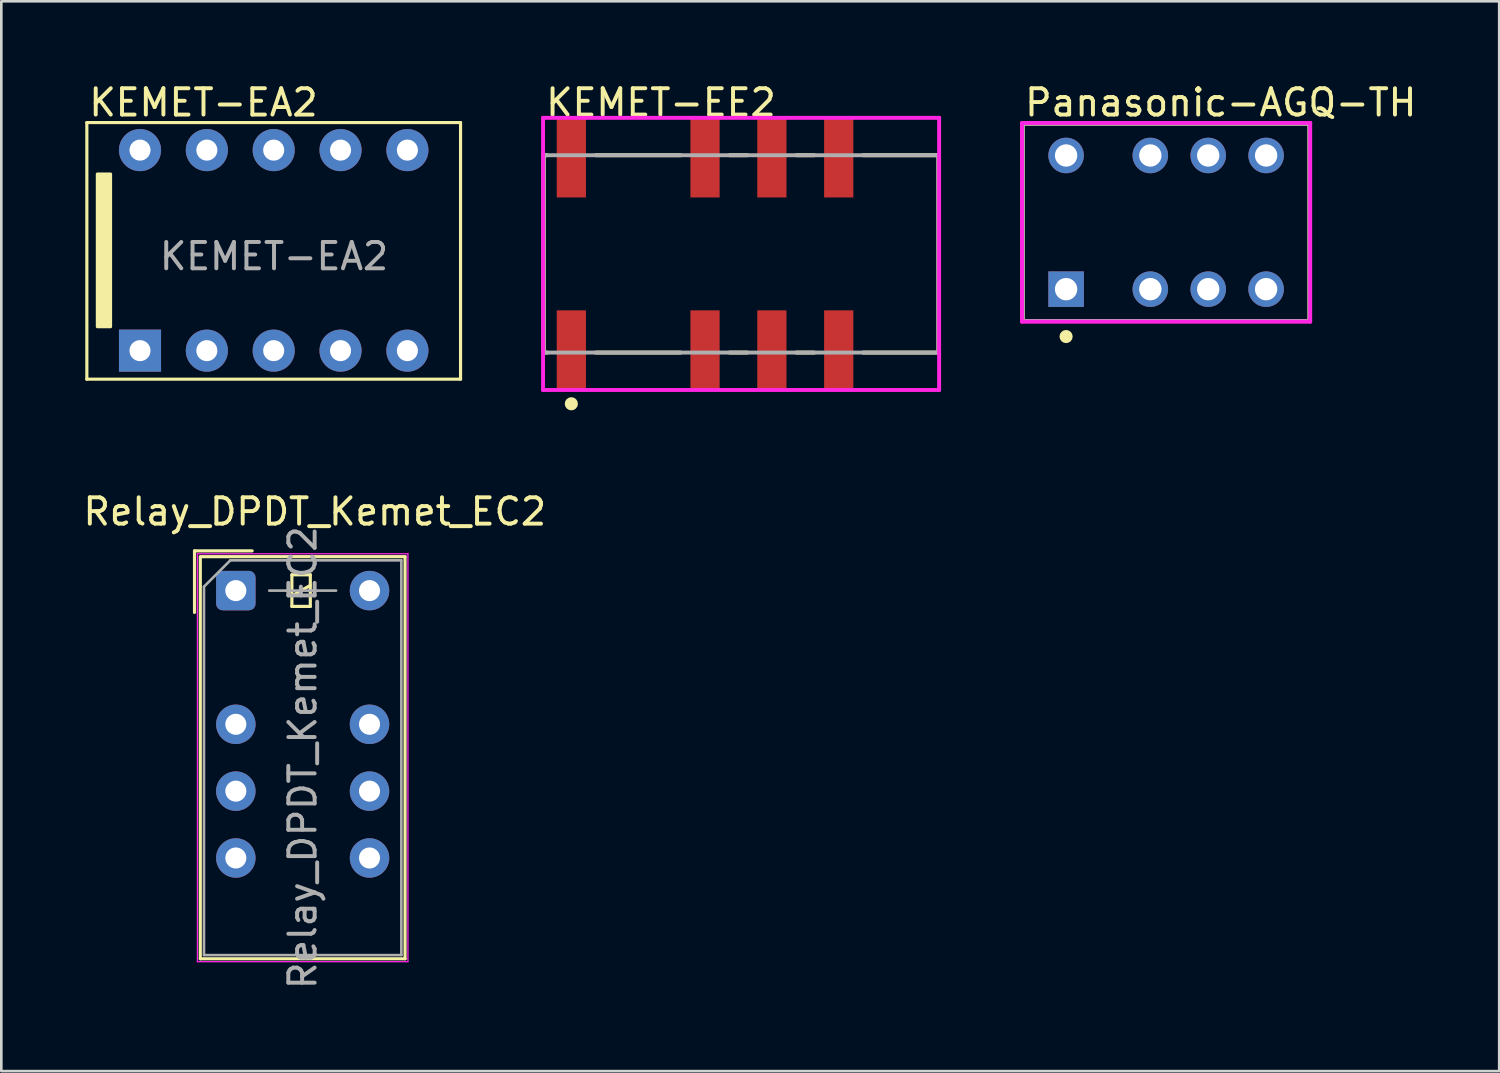
<source format=kicad_pcb>
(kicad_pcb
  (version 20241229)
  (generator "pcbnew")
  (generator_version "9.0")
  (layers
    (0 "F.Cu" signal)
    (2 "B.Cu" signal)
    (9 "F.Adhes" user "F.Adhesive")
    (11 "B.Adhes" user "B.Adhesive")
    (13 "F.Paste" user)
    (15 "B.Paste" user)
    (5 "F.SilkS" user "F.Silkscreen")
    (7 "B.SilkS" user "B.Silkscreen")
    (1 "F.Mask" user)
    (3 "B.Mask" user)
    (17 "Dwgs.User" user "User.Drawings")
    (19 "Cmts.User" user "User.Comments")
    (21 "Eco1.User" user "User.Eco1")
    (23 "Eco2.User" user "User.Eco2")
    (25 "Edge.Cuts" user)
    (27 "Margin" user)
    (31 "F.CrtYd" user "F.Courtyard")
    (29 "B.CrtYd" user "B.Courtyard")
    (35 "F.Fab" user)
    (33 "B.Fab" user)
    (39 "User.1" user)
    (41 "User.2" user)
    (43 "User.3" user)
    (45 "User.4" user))
  (footprint "Panasonic-AGQ-TH"
    (layer "F.Cu")
    (at 41.26 5.398)
    (property "Reference" "Panasonic-AGQ-TH" (at -5.45 -4.55 0) (layer "F.SilkS") (effects (font (size 1 1) (thickness 0.15)) (justify left)))
    (attr through_hole)
    (fp_line (start -5.45 -3.75) (end 5.45 -3.75) (stroke (width 0.15) (type solid)) (layer "F.SilkS"))
    (fp_line (start -5.45 3.75) (end -5.45 -3.75) (stroke (width 0.15) (type solid)) (layer "F.SilkS"))
    (fp_line (start -5.45 3.75) (end 5.45 3.75) (stroke (width 0.15) (type solid)) (layer "F.SilkS"))
    (fp_line (start 5.45 3.75) (end 5.45 -3.75) (stroke (width 0.15) (type solid)) (layer "F.SilkS"))
    (fp_circle (center -3.8 4.34) (end -3.675 4.34) (stroke (width 0.25) (type solid)) (fill no) (layer "F.SilkS"))
    (fp_line (start -5.475 -3.775) (end -5.475 3.775) (stroke (width 0.15) (type solid)) (layer "F.CrtYd"))
    (fp_line (start -5.475 3.775) (end 5.475 3.775) (stroke (width 0.15) (type solid)) (layer "F.CrtYd"))
    (fp_line (start 5.475 -3.775) (end -5.475 -3.775) (stroke (width 0.15) (type solid)) (layer "F.CrtYd"))
    (fp_line (start 5.475 -3.775) (end 5.475 -3.775) (stroke (width 0.15) (type solid)) (layer "F.CrtYd"))
    (fp_line (start 5.475 3.775) (end 5.475 -3.775) (stroke (width 0.15) (type solid)) (layer "F.CrtYd"))
    (fp_line (start -5.45 -3.75) (end 5.45 -3.75) (stroke (width 0.15) (type solid)) (layer "F.Fab"))
    (fp_line (start -5.45 3.75) (end -5.45 -3.75) (stroke (width 0.15) (type solid)) (layer "F.Fab"))
    (fp_line (start 5.45 -3.75) (end 5.45 3.75) (stroke (width 0.15) (type solid)) (layer "F.Fab"))
    (fp_line (start 5.45 3.75) (end -5.45 3.75) (stroke (width 0.15) (type solid)) (layer "F.Fab"))
    (pad "1" thru_hole rect (at -3.8 2.54) (size 1.35 1.35) (drill 0.85) (layers "*.Cu" "*.Mask"))
    (pad "2" thru_hole circle (at -0.6 2.54) (size 1.35 1.35) (drill 0.85) (layers "*.Cu" "*.Mask"))
    (pad "3" thru_hole circle (at 1.6 2.54) (size 1.35 1.35) (drill 0.85) (layers "*.Cu" "*.Mask"))
    (pad "4" thru_hole circle (at 3.8 2.54) (size 1.35 1.35) (drill 0.85) (layers "*.Cu" "*.Mask"))
    (pad "5" thru_hole circle (at 3.8 -2.54) (size 1.35 1.35) (drill 0.85) (layers "*.Cu" "*.Mask"))
    (pad "6" thru_hole circle (at 1.6 -2.54) (size 1.35 1.35) (drill 0.85) (layers "*.Cu" "*.Mask"))
    (pad "7" thru_hole circle (at -0.6 -2.54) (size 1.35 1.35) (drill 0.85) (layers "*.Cu" "*.Mask"))
    (pad "8" thru_hole circle (at -3.8 -2.54) (size 1.35 1.35) (drill 0.85) (layers "*.Cu" "*.Mask")))
  (footprint "KEMET-EE2"
    (layer "F.Cu")
    (at 25.11 6.598)
    (property "Reference" "KEMET-EE2" (at -7.5 -5.75 0) (layer "F.SilkS") (effects (font (size 1 1) (thickness 0.15)) (justify left)))
    (attr through_hole)
    (fp_line (start -7.5 -3.75) (end -7.38 -3.75) (stroke (width 0.15) (type solid)) (layer "F.SilkS"))
    (fp_line (start -7.5 3.75) (end -7.5 -3.75) (stroke (width 0.15) (type solid)) (layer "F.SilkS"))
    (fp_line (start -7.5 3.75) (end -7.38 3.75) (stroke (width 0.15) (type solid)) (layer "F.SilkS"))
    (fp_line (start -5.52 -3.75) (end -2.3 -3.75) (stroke (width 0.15) (type solid)) (layer "F.SilkS"))
    (fp_line (start -5.52 3.75) (end -2.3 3.75) (stroke (width 0.15) (type solid)) (layer "F.SilkS"))
    (fp_line (start -0.44 -3.75) (end 0.24 -3.75) (stroke (width 0.15) (type solid)) (layer "F.SilkS"))
    (fp_line (start -0.44 3.75) (end 0.24 3.75) (stroke (width 0.15) (type solid)) (layer "F.SilkS"))
    (fp_line (start 2.1 -3.75) (end 2.78 -3.75) (stroke (width 0.15) (type solid)) (layer "F.SilkS"))
    (fp_line (start 2.1 3.75) (end 2.78 3.75) (stroke (width 0.15) (type solid)) (layer "F.SilkS"))
    (fp_line (start 4.64 -3.75) (end 7.5 -3.75) (stroke (width 0.15) (type solid)) (layer "F.SilkS"))
    (fp_line (start 4.64 3.75) (end 7.5 3.75) (stroke (width 0.15) (type solid)) (layer "F.SilkS"))
    (fp_line (start 7.5 3.75) (end 7.5 -3.75) (stroke (width 0.15) (type solid)) (layer "F.SilkS"))
    (fp_circle (center -6.45 5.695) (end -6.325 5.695) (stroke (width 0.25) (type solid)) (fill no) (layer "F.SilkS"))
    (fp_line (start -7.525 -5.17) (end -7.525 5.17) (stroke (width 0.15) (type solid)) (layer "F.CrtYd"))
    (fp_line (start -7.525 5.17) (end 7.525 5.17) (stroke (width 0.15) (type solid)) (layer "F.CrtYd"))
    (fp_line (start 7.525 -5.17) (end -7.525 -5.17) (stroke (width 0.15) (type solid)) (layer "F.CrtYd"))
    (fp_line (start 7.525 -5.17) (end 7.525 -5.17) (stroke (width 0.15) (type solid)) (layer "F.CrtYd"))
    (fp_line (start 7.525 5.17) (end 7.525 -5.17) (stroke (width 0.15) (type solid)) (layer "F.CrtYd"))
    (fp_line (start -7.5 -3.75) (end 7.5 -3.75) (stroke (width 0.15) (type solid)) (layer "F.Fab"))
    (fp_line (start -7.5 3.75) (end -7.5 -3.75) (stroke (width 0.15) (type solid)) (layer "F.Fab"))
    (fp_line (start 7.5 -3.75) (end 7.5 3.75) (stroke (width 0.15) (type solid)) (layer "F.Fab"))
    (fp_line (start 7.5 3.75) (end -7.5 3.75) (stroke (width 0.15) (type solid)) (layer "F.Fab"))
    (pad "1" smd rect (at -6.45 3.645) (size 1.11 3) (layers "F.Cu" "F.Mask" "F.Paste"))
    (pad "3" smd rect (at -1.37 3.645) (size 1.11 3) (layers "F.Cu" "F.Mask" "F.Paste"))
    (pad "4" smd rect (at 1.17 3.645) (size 1.11 3) (layers "F.Cu" "F.Mask" "F.Paste"))
    (pad "5" smd rect (at 3.71 3.645) (size 1.11 3) (layers "F.Cu" "F.Mask" "F.Paste"))
    (pad "8" smd rect (at 3.71 -3.645) (size 1.11 3) (layers "F.Cu" "F.Mask" "F.Paste"))
    (pad "9" smd rect (at 1.17 -3.645) (size 1.11 3) (layers "F.Cu" "F.Mask" "F.Paste"))
    (pad "10" smd rect (at -1.37 -3.645) (size 1.11 3) (layers "F.Cu" "F.Mask" "F.Paste"))
    (pad "12" smd rect (at -6.45 -3.645) (size 1.11 3) (layers "F.Cu" "F.Mask" "F.Paste")))
  (footprint "Relay_DPDT_Kemet_EC2"
    (layer "F.Cu")
    (at 5.911 19.392)
    (property "Reference" "Relay_DPDT_Kemet_EC2" (at 3 -3 180) (layer "F.SilkS") (effects (font (size 1 1) (thickness 0.15))))
    (attr through_hole)
    (fp_line (start -1.57 -1.51) (end 0.62 -1.51) (stroke (width 0.12) (type solid)) (layer "F.SilkS"))
    (fp_line (start -1.57 0.83) (end -1.57 -1.51) (stroke (width 0.12) (type solid)) (layer "F.SilkS"))
    (fp_line (start -1.35 -1.27) (end -1.35 13.99) (stroke (width 0.12) (type solid)) (layer "F.SilkS"))
    (fp_line (start 2.13 -0.6) (end 2.13 0.6) (stroke (width 0.12) (type solid)) (layer "F.SilkS"))
    (fp_line (start 2.13 0.2) (end 2.83 -0.2) (stroke (width 0.12) (type solid)) (layer "F.SilkS"))
    (fp_line (start 2.13 0.6) (end 2.83 0.6) (stroke (width 0.12) (type solid)) (layer "F.SilkS"))
    (fp_line (start 2.83 -0.6) (end 2.13 -0.6) (stroke (width 0.12) (type solid)) (layer "F.SilkS"))
    (fp_line (start 2.83 0.6) (end 2.83 -0.6) (stroke (width 0.12) (type solid)) (layer "F.SilkS"))
    (fp_line (start 6.43 -1.29) (end -1.35 -1.29) (stroke (width 0.12) (type solid)) (layer "F.SilkS"))
    (fp_line (start 6.43 -1.29) (end 6.43 13.99) (stroke (width 0.12) (type solid)) (layer "F.SilkS"))
    (fp_line (start 6.43 13.99) (end -1.35 13.99) (stroke (width 0.12) (type solid)) (layer "F.SilkS"))
    (fp_line (start -1.46 -1.4) (end -1.46 14.1) (stroke (width 0.05) (type solid)) (layer "F.CrtYd"))
    (fp_line (start -1.46 14.1) (end 6.54 14.1) (stroke (width 0.05) (type solid)) (layer "F.CrtYd"))
    (fp_line (start 6.54 -1.4) (end -1.46 -1.4) (stroke (width 0.05) (type solid)) (layer "F.CrtYd"))
    (fp_line (start 6.54 -1.4) (end 6.54 14.1) (stroke (width 0.05) (type solid)) (layer "F.CrtYd"))
    (fp_line (start -1.21 -0.15) (end -1.21 13.85) (stroke (width 0.1) (type solid)) (layer "F.Fab"))
    (fp_line (start -1.21 -0.15) (end -0.21 -1.15) (stroke (width 0.1) (type solid)) (layer "F.Fab"))
    (fp_line (start 1.27 0) (end 3.81 0) (stroke (width 0.1) (type solid)) (layer "F.Fab"))
    (fp_line (start 6.29 -1.15) (end -0.21 -1.15) (stroke (width 0.1) (type solid)) (layer "F.Fab"))
    (fp_line (start 6.29 -1.15) (end 6.29 13.85) (stroke (width 0.1) (type solid)) (layer "F.Fab"))
    (fp_line (start 6.29 13.85) (end -1.21 13.85) (stroke (width 0.1) (type solid)) (layer "F.Fab"))
    (fp_text user "${REFERENCE}" (at 2.54 6.35 90) (layer "F.Fab") (effects (font (size 1 1) (thickness 0.15))))
    (pad "1" thru_hole roundrect (at 0 0) (size 1.5 1.5) (drill 0.8) (layers "*.Cu" "*.Mask") (roundrect_rratio 0.167))
    (pad "3" thru_hole circle (at 0 5.08) (size 1.5 1.5) (drill 0.8) (layers "*.Cu" "*.Mask"))
    (pad "4" thru_hole circle (at 0 7.62) (size 1.5 1.5) (drill 0.8) (layers "*.Cu" "*.Mask"))
    (pad "5" thru_hole circle (at 0 10.16) (size 1.5 1.5) (drill 0.8) (layers "*.Cu" "*.Mask"))
    (pad "8" thru_hole circle (at 5.08 10.16) (size 1.5 1.5) (drill 0.8) (layers "*.Cu" "*.Mask"))
    (pad "9" thru_hole circle (at 5.08 7.62) (size 1.5 1.5) (drill 0.8) (layers "*.Cu" "*.Mask"))
    (pad "10" thru_hole circle (at 5.08 5.08) (size 1.5 1.5) (drill 0.8) (layers "*.Cu" "*.Mask"))
    (pad "12" thru_hole circle (at 5.08 0) (size 1.5 1.5) (drill 0.8) (layers "*.Cu" "*.Mask")))
  (footprint "KEMET-EA2"
    (layer "F.Cu")
    (at 0.25 11.008)
    (property "Reference" "KEMET-EA2" (at 0 -10.16 0) (unlocked yes) (layer "F.SilkS") (effects (font (size 1 1) (thickness 0.15)) (justify left)))
    (attr through_hole)
    (fp_line (start 0 -9.4) (end 0 0.35) (stroke (width 0.12) (type solid)) (layer "F.SilkS"))
    (fp_line (start 0 -9.4) (end 14.2 -9.4) (stroke (width 0.12) (type solid)) (layer "F.SilkS"))
    (fp_line (start 0 0.35) (end 14.2 0.35) (stroke (width 0.12) (type solid)) (layer "F.SilkS"))
    (fp_line (start 14.2 -9.4) (end 14.2 0.35) (stroke (width 0.12) (type solid)) (layer "F.SilkS"))
    (fp_rect (start 0.4 -7.444) (end 0.9 -1.644) (stroke (width 0.12) (type solid)) (fill yes) (layer "F.SilkS"))
    (fp_text user "${REFERENCE}" (at 7.112 -4.318 0) (unlocked yes) (layer "F.Fab") (effects (font (size 1 1) (thickness 0.15))))
    (pad "1" thru_hole rect (at 2.02 -0.734) (size 1.6 1.6) (drill 0.8) (layers "*.Cu" "*.Mask"))
    (pad "2" thru_hole circle (at 4.56 -0.734) (size 1.6 1.6) (drill 0.8) (layers "*.Cu" "*.Mask"))
    (pad "3" thru_hole circle (at 7.1 -0.734) (size 1.6 1.6) (drill 0.8) (layers "*.Cu" "*.Mask"))
    (pad "4" thru_hole circle (at 9.64 -0.734) (size 1.6 1.6) (drill 0.8) (layers "*.Cu" "*.Mask"))
    (pad "5" thru_hole circle (at 12.18 -0.734) (size 1.6 1.6) (drill 0.8) (layers "*.Cu" "*.Mask"))
    (pad "6" thru_hole circle (at 12.18 -8.354) (size 1.6 1.6) (drill 0.8) (layers "*.Cu" "*.Mask"))
    (pad "7" thru_hole circle (at 9.64 -8.354) (size 1.6 1.6) (drill 0.8) (layers "*.Cu" "*.Mask"))
    (pad "8" thru_hole circle (at 7.1 -8.354) (size 1.6 1.6) (drill 0.8) (layers "*.Cu" "*.Mask"))
    (pad "9" thru_hole circle (at 4.56 -8.354) (size 1.6 1.6) (drill 0.8) (layers "*.Cu" "*.Mask"))
    (pad "10" thru_hole circle (at 2.02 -8.354) (size 1.6 1.6) (drill 0.8) (layers "*.Cu" "*.Mask")))
  (gr_rect
    (start -3 -3)
    (end 53.917 37.652)
    (stroke (width 0.1) (type default))
    (fill no)
    (layer "Edge.Cuts")))
</source>
